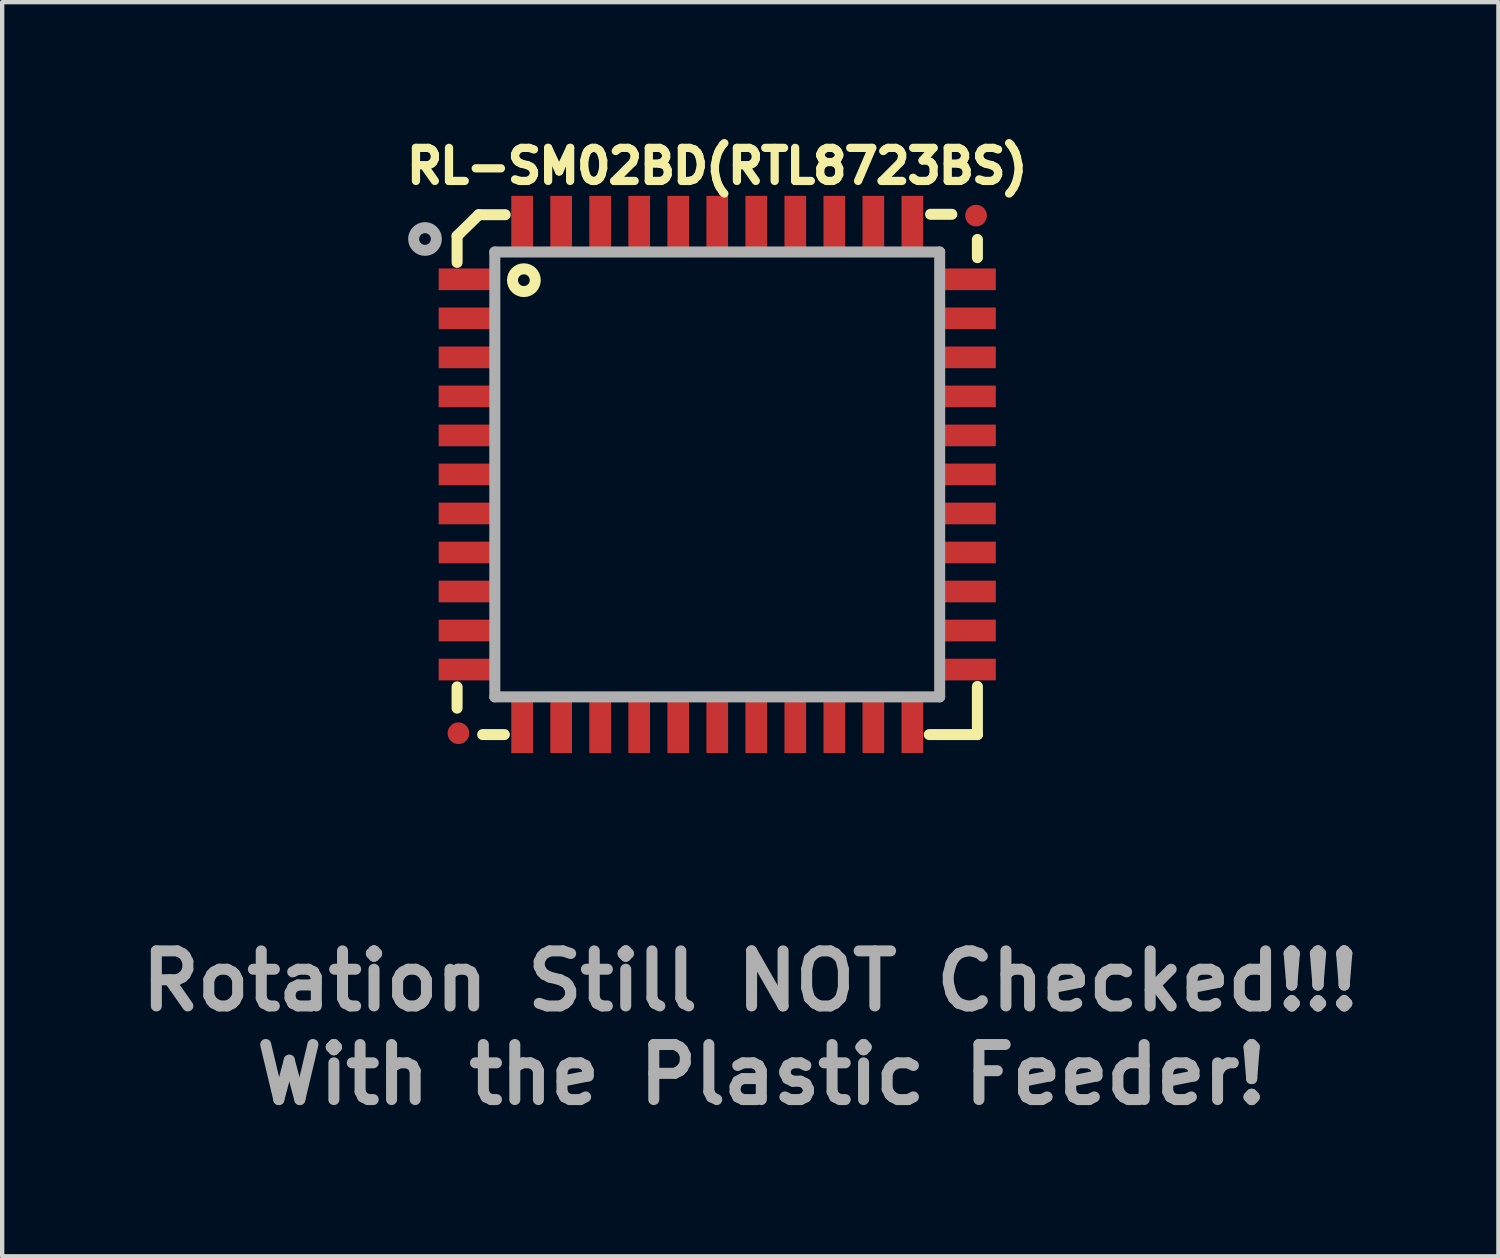
<source format=kicad_pcb>
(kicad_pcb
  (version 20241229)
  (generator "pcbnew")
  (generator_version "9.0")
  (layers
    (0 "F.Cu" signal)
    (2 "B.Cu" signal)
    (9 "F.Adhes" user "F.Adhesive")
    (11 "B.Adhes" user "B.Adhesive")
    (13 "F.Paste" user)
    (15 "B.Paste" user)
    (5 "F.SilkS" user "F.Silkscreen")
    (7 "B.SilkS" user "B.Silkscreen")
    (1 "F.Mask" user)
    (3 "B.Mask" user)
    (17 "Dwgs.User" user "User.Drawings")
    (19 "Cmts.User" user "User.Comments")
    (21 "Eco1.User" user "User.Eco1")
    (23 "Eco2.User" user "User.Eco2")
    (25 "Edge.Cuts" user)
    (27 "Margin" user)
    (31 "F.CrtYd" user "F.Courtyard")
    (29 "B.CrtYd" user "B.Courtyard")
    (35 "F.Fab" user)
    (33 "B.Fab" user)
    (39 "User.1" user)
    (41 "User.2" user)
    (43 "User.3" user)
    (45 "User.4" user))
  (footprint "RL-SM02BD(RTL8723BS)"
    (layer "F.Cu")
    (at 13.492 7.892)
    (property "Reference" "RL-SM02BD(RTL8723BS)" (at 0 -7.112 180) (layer "F.SilkS") (effects (font (size 0.762 0.762) (thickness 0.191))))
    (attr smd)
    (fp_line (start -6 -5.5) (end -6 -4.89) (stroke (width 0.254) (type solid)) (layer "F.SilkS"))
    (fp_line (start -6 -5.5) (end -5.5 -5.99) (stroke (width 0.254) (type solid)) (layer "F.SilkS"))
    (fp_line (start -6 4.9) (end -6 5.39) (stroke (width 0.254) (type solid)) (layer "F.SilkS"))
    (fp_line (start -5.5 -5.99) (end -4.89 -5.99) (stroke (width 0.254) (type solid)) (layer "F.SilkS"))
    (fp_line (start -5.41 6) (end -4.91 6) (stroke (width 0.254) (type solid)) (layer "F.SilkS"))
    (fp_line (start 4.92 -6) (end 5.41 -6) (stroke (width 0.254) (type solid)) (layer "F.SilkS"))
    (fp_line (start 6 -5) (end 6 -5.42) (stroke (width 0.254) (type solid)) (layer "F.SilkS"))
    (fp_line (start 6 6) (end 4.89 6) (stroke (width 0.254) (type solid)) (layer "F.SilkS"))
    (fp_line (start 6 6) (end 6 4.89) (stroke (width 0.254) (type solid)) (layer "F.SilkS"))
    (fp_circle (center -4.46 -4.48) (end -4.21 -4.56) (stroke (width 0.254) (type solid)) (fill no) (layer "F.SilkS"))
    (fp_line (start -5.13 -5.13) (end 5.13 -5.13) (stroke (width 0.254) (type solid)) (layer "F.Fab"))
    (fp_line (start -5.13 5.13) (end -5.13 -5.13) (stroke (width 0.254) (type solid)) (layer "F.Fab"))
    (fp_line (start 5.13 -5.13) (end 5.13 5.13) (stroke (width 0.254) (type solid)) (layer "F.Fab"))
    (fp_line (start 5.13 5.13) (end -5.13 5.13) (stroke (width 0.254) (type solid)) (layer "F.Fab"))
    (fp_circle (center -6.74 -5.43) (end -6.478 -5.43) (stroke (width 0.254) (type solid)) (fill no) (layer "F.Fab"))
    (fp_text user "Rotation Still NOT Checked!!!" (at 0.762 11.684 180) (layer "F.Fab") (effects (font (size 1.27 1.27) (thickness 0.254))))
    (fp_text user "With the Plastic Feeder!" (at 1.016 13.843 180) (layer "F.Fab") (effects (font (size 1.27 1.27) (thickness 0.254))))
    (pad "1" smd rect (at -5.775 -4.5) (size 1.3 0.5) (layers "F.Cu" "F.Mask" "F.Paste"))
    (pad "2" smd rect (at -5.775 -3.6) (size 1.3 0.5) (layers "F.Cu" "F.Mask" "F.Paste"))
    (pad "3" smd rect (at -5.775 -2.7) (size 1.3 0.5) (layers "F.Cu" "F.Mask" "F.Paste"))
    (pad "4" smd rect (at -5.775 -1.8) (size 1.3 0.5) (layers "F.Cu" "F.Mask" "F.Paste"))
    (pad "5" smd rect (at -5.775 -0.9) (size 1.3 0.5) (layers "F.Cu" "F.Mask" "F.Paste"))
    (pad "6" smd rect (at -5.775 0) (size 1.3 0.5) (layers "F.Cu" "F.Mask" "F.Paste"))
    (pad "7" smd rect (at -5.775 0.9) (size 1.3 0.5) (layers "F.Cu" "F.Mask" "F.Paste"))
    (pad "8" smd rect (at -5.775 1.8) (size 1.3 0.5) (layers "F.Cu" "F.Mask" "F.Paste"))
    (pad "9" smd rect (at -5.775 2.7) (size 1.3 0.5) (layers "F.Cu" "F.Mask" "F.Paste"))
    (pad "10" smd rect (at -5.775 3.6) (size 1.3 0.5) (layers "F.Cu" "F.Mask" "F.Paste"))
    (pad "11" smd rect (at -5.775 4.5) (size 1.3 0.5) (layers "F.Cu" "F.Mask" "F.Paste"))
    (pad "12" smd rect (at -4.5 5.775 90) (size 1.3 0.5) (layers "F.Cu" "F.Mask" "F.Paste"))
    (pad "13" smd rect (at -3.6 5.775 90) (size 1.3 0.5) (layers "F.Cu" "F.Mask" "F.Paste"))
    (pad "14" smd rect (at -2.7 5.775 90) (size 1.3 0.5) (layers "F.Cu" "F.Mask" "F.Paste"))
    (pad "15" smd rect (at -1.8 5.775 90) (size 1.3 0.5) (layers "F.Cu" "F.Mask" "F.Paste"))
    (pad "16" smd rect (at -0.9 5.775 90) (size 1.3 0.5) (layers "F.Cu" "F.Mask" "F.Paste"))
    (pad "17" smd rect (at 0 5.775 90) (size 1.3 0.5) (layers "F.Cu" "F.Mask" "F.Paste"))
    (pad "18" smd rect (at 0.9 5.775 90) (size 1.3 0.5) (layers "F.Cu" "F.Mask" "F.Paste"))
    (pad "19" smd rect (at 1.8 5.775 90) (size 1.3 0.5) (layers "F.Cu" "F.Mask" "F.Paste"))
    (pad "20" smd rect (at 2.7 5.775 90) (size 1.3 0.5) (layers "F.Cu" "F.Mask" "F.Paste"))
    (pad "21" smd rect (at 3.6 5.775 90) (size 1.3 0.5) (layers "F.Cu" "F.Mask" "F.Paste"))
    (pad "22" smd rect (at 4.5 5.775 90) (size 1.3 0.5) (layers "F.Cu" "F.Mask" "F.Paste"))
    (pad "23" smd rect (at 5.775 4.5 180) (size 1.3 0.5) (layers "F.Cu" "F.Mask" "F.Paste"))
    (pad "24" smd rect (at 5.775 3.6 180) (size 1.3 0.5) (layers "F.Cu" "F.Mask" "F.Paste"))
    (pad "25" smd rect (at 5.775 2.7 180) (size 1.3 0.5) (layers "F.Cu" "F.Mask" "F.Paste"))
    (pad "26" smd rect (at 5.775 1.8 180) (size 1.3 0.5) (layers "F.Cu" "F.Mask" "F.Paste"))
    (pad "27" smd rect (at 5.775 0.9 180) (size 1.3 0.5) (layers "F.Cu" "F.Mask" "F.Paste"))
    (pad "28" smd rect (at 5.775 0 180) (size 1.3 0.5) (layers "F.Cu" "F.Mask" "F.Paste"))
    (pad "29" smd rect (at 5.775 -0.9 180) (size 1.3 0.5) (layers "F.Cu" "F.Mask" "F.Paste"))
    (pad "30" smd rect (at 5.775 -1.8 180) (size 1.3 0.5) (layers "F.Cu" "F.Mask" "F.Paste"))
    (pad "31" smd rect (at 5.775 -2.7 180) (size 1.3 0.5) (layers "F.Cu" "F.Mask" "F.Paste"))
    (pad "32" smd rect (at 5.775 -3.6 180) (size 1.3 0.5) (layers "F.Cu" "F.Mask" "F.Paste"))
    (pad "33" smd rect (at 5.775 -4.5 180) (size 1.3 0.5) (layers "F.Cu" "F.Mask" "F.Paste"))
    (pad "34" smd rect (at 4.5 -5.775 270) (size 1.3 0.5) (layers "F.Cu" "F.Mask" "F.Paste"))
    (pad "35" smd rect (at 3.6 -5.775 270) (size 1.3 0.5) (layers "F.Cu" "F.Mask" "F.Paste"))
    (pad "36" smd rect (at 2.7 -5.775 270) (size 1.3 0.5) (layers "F.Cu" "F.Mask" "F.Paste"))
    (pad "37" smd rect (at 1.8 -5.775 270) (size 1.3 0.5) (layers "F.Cu" "F.Mask" "F.Paste"))
    (pad "38" smd rect (at 0.9 -5.775 270) (size 1.3 0.5) (layers "F.Cu" "F.Mask" "F.Paste"))
    (pad "39" smd rect (at 0 -5.775 270) (size 1.3 0.5) (layers "F.Cu" "F.Mask" "F.Paste"))
    (pad "40" smd rect (at -0.9 -5.775 270) (size 1.3 0.5) (layers "F.Cu" "F.Mask" "F.Paste"))
    (pad "41" smd rect (at -1.8 -5.775 270) (size 1.3 0.5) (layers "F.Cu" "F.Mask" "F.Paste"))
    (pad "42" smd rect (at -2.7 -5.775 270) (size 1.3 0.5) (layers "F.Cu" "F.Mask" "F.Paste"))
    (pad "43" smd rect (at -3.6 -5.775 270) (size 1.3 0.5) (layers "F.Cu" "F.Mask" "F.Paste"))
    (pad "44" smd rect (at -4.5 -5.775 270) (size 1.3 0.5) (layers "F.Cu" "F.Mask" "F.Paste"))
    (pad "FID1" smd circle (at -5.969 5.969 270) (size 0.5 0.5) (layers "F.Cu" "F.Mask"))
    (pad "FID2" smd circle (at 5.969 -5.969 270) (size 0.5 0.5) (layers "F.Cu" "F.Mask")))
  (gr_rect
    (start -3 -3)
    (end 31.508 25.924)
    (stroke (width 0.1) (type default))
    (fill no)
    (layer "Edge.Cuts")))
</source>
